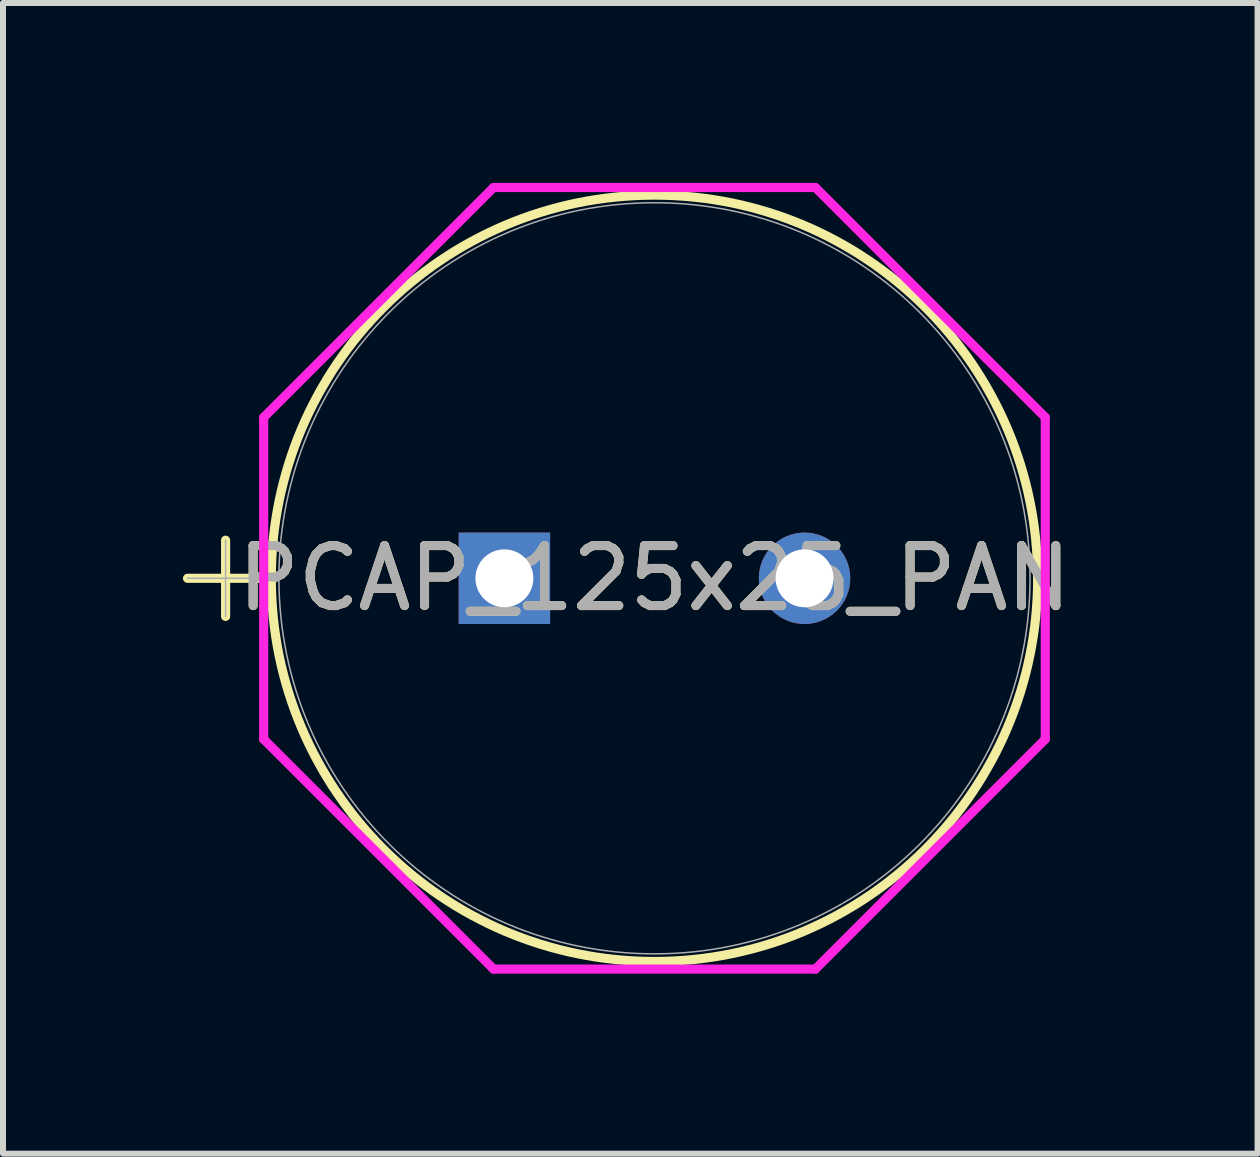
<source format=kicad_pcb>
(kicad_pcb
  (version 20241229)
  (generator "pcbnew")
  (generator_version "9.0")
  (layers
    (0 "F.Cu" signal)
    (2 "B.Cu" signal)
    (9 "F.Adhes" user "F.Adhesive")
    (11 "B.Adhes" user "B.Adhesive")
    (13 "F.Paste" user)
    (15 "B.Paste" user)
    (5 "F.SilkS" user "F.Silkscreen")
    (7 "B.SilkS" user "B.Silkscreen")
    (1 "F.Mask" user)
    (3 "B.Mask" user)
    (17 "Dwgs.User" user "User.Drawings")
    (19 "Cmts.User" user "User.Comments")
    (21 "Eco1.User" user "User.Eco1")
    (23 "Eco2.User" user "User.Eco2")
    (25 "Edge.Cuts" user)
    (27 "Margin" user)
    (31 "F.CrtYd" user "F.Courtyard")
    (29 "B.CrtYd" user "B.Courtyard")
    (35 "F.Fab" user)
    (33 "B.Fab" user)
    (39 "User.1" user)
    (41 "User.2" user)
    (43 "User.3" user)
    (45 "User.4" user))
  (footprint "PCAP_125x25_PAN"
    (layer "F.Cu")
    (at 5.359 6.591)
    (property "Reference" "PCAP_125x25_PAN" (at 2.502 0 0) (unlocked yes) (layer "F.SilkS") (effects (font (size 1 1) (thickness 0.15))))
    (attr through_hole)
    (fp_line (start -5.283 0) (end -4.013 0) (stroke (width 0.152) (type solid)) (layer "F.SilkS"))
    (fp_line (start -4.648 -0.635) (end -4.648 0.635) (stroke (width 0.152) (type solid)) (layer "F.SilkS"))
    (fp_circle (center 2.502 0) (end 8.89 0) (stroke (width 0.152) (type solid)) (fill no) (layer "F.SilkS"))
    (fp_line (start -4.013 -2.683) (end -0.181 -6.515) (stroke (width 0.152) (type solid)) (layer "F.CrtYd"))
    (fp_line (start -4.013 2.683) (end -4.013 -2.683) (stroke (width 0.152) (type solid)) (layer "F.CrtYd"))
    (fp_line (start -0.181 -6.515) (end 5.185 -6.515) (stroke (width 0.152) (type solid)) (layer "F.CrtYd"))
    (fp_line (start -0.181 6.515) (end -4.013 2.683) (stroke (width 0.152) (type solid)) (layer "F.CrtYd"))
    (fp_line (start 5.185 -6.515) (end 9.017 -2.683) (stroke (width 0.152) (type solid)) (layer "F.CrtYd"))
    (fp_line (start 5.185 6.515) (end -0.181 6.515) (stroke (width 0.152) (type solid)) (layer "F.CrtYd"))
    (fp_line (start 9.017 -2.683) (end 9.017 2.683) (stroke (width 0.152) (type solid)) (layer "F.CrtYd"))
    (fp_line (start 9.017 2.683) (end 5.185 6.515) (stroke (width 0.152) (type solid)) (layer "F.CrtYd"))
    (fp_line (start -5.283 0) (end -4.013 0) (stroke (width 0.025) (type solid)) (layer "F.Fab"))
    (fp_line (start -4.648 -0.635) (end -4.648 0.635) (stroke (width 0.025) (type solid)) (layer "F.Fab"))
    (fp_circle (center 2.502 0) (end 8.763 0) (stroke (width 0.025) (type solid)) (fill no) (layer "F.Fab"))
    (fp_text user "${REFERENCE}" (at 2.502 0 0) (unlocked yes) (layer "F.Fab") (effects (font (size 1 1) (thickness 0.15))))
    (pad "1" thru_hole rect (at 0 0) (size 1.524 1.524) (drill 0.965) (layers "*.Cu" "*.Mask"))
    (pad "2" thru_hole circle (at 5.004 0) (size 1.524 1.524) (drill 0.965) (layers "*.Cu" "*.Mask")))
  (gr_rect
    (start -3 -3)
    (end 17.915 16.183)
    (stroke (width 0.1) (type default))
    (fill no)
    (layer "Edge.Cuts")))
</source>
